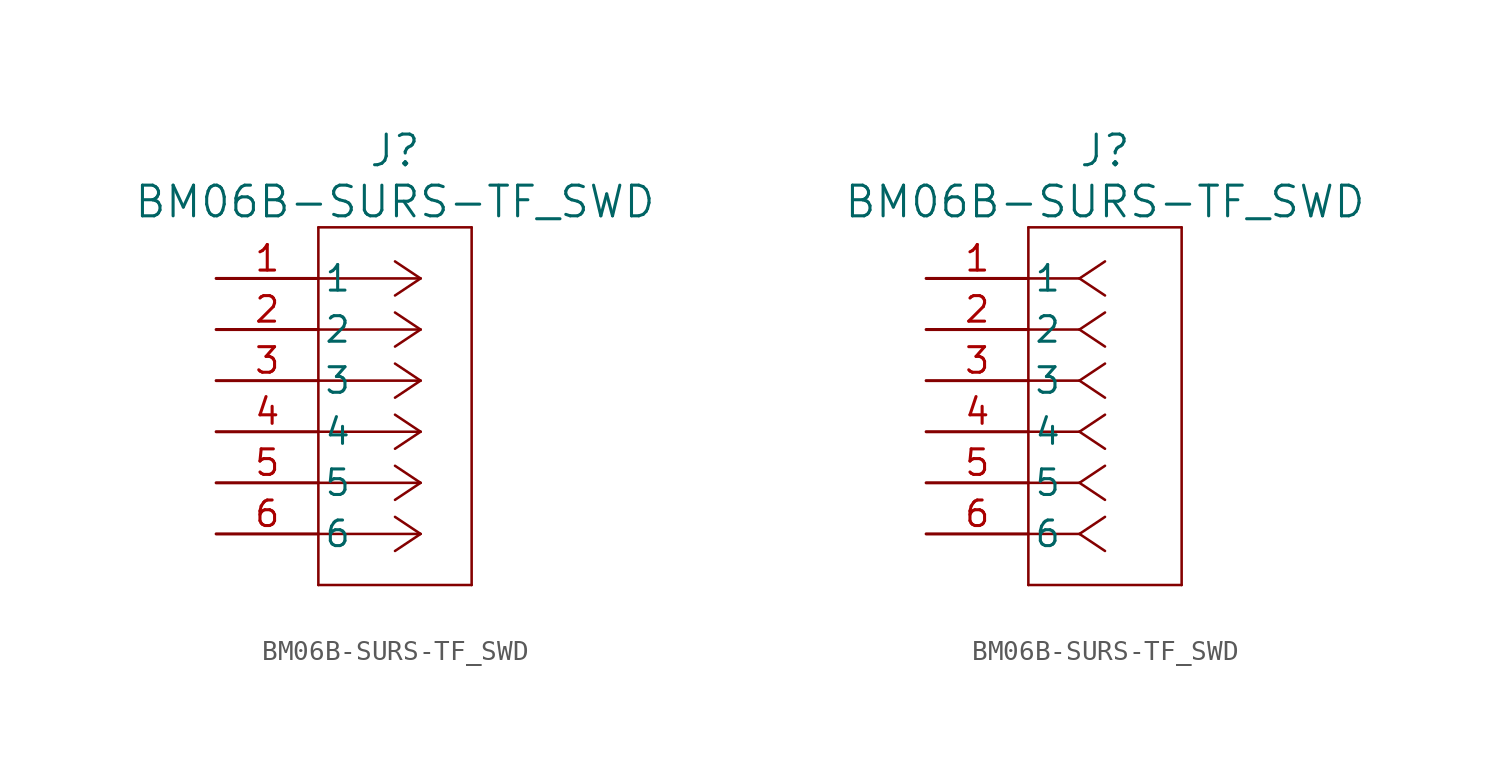
<source format=kicad_sym>
(kicad_symbol_lib
  (version 20211014)
  (generator kicad_symbol_editor)
  (symbol "BM06B-SURS-TF_SWD"
    (pin_names
      (offset 0.254))
    (property "Reference" "J"
      (at 8.89 6.35 0)
      (effects (font (size 1.524 1.524))))
    (property "Value" "BM06B-SURS-TF_SWD"
      (at 8.89 3.81 0)
      (effects (font (size 1.524 1.524))))
    (property "ki_locked" ""
      (at 0 0 0)
      (effects (font (size 1.27 1.27))))
    (symbol "BM06B-SURS-TF_SWD_1_1"
      (polyline (pts (xy 5.08 -15.24) (xy 12.7 -15.24)) (stroke (width 0.127) (type default) (color 0 0 0 0)) (fill (type none)))
      (polyline (pts (xy 5.08 2.54) (xy 5.08 -15.24)) (stroke (width 0.127) (type default) (color 0 0 0 0)) (fill (type none)))
      (polyline (pts (xy 10.16 -12.7) (xy 5.08 -12.7)) (stroke (width 0.127) (type default) (color 0 0 0 0)) (fill (type none)))
      (polyline (pts (xy 10.16 -12.7) (xy 8.89 -13.547)) (stroke (width 0.127) (type default) (color 0 0 0 0)) (fill (type none)))
      (polyline (pts (xy 10.16 -12.7) (xy 8.89 -11.853)) (stroke (width 0.127) (type default) (color 0 0 0 0)) (fill (type none)))
      (polyline (pts (xy 10.16 -10.16) (xy 5.08 -10.16)) (stroke (width 0.127) (type default) (color 0 0 0 0)) (fill (type none)))
      (polyline (pts (xy 10.16 -10.16) (xy 8.89 -11.007)) (stroke (width 0.127) (type default) (color 0 0 0 0)) (fill (type none)))
      (polyline (pts (xy 10.16 -10.16) (xy 8.89 -9.313)) (stroke (width 0.127) (type default) (color 0 0 0 0)) (fill (type none)))
      (polyline (pts (xy 10.16 -7.62) (xy 5.08 -7.62)) (stroke (width 0.127) (type default) (color 0 0 0 0)) (fill (type none)))
      (polyline (pts (xy 10.16 -7.62) (xy 8.89 -8.467)) (stroke (width 0.127) (type default) (color 0 0 0 0)) (fill (type none)))
      (polyline (pts (xy 10.16 -7.62) (xy 8.89 -6.773)) (stroke (width 0.127) (type default) (color 0 0 0 0)) (fill (type none)))
      (polyline (pts (xy 10.16 -5.08) (xy 5.08 -5.08)) (stroke (width 0.127) (type default) (color 0 0 0 0)) (fill (type none)))
      (polyline (pts (xy 10.16 -5.08) (xy 8.89 -5.927)) (stroke (width 0.127) (type default) (color 0 0 0 0)) (fill (type none)))
      (polyline (pts (xy 10.16 -5.08) (xy 8.89 -4.233)) (stroke (width 0.127) (type default) (color 0 0 0 0)) (fill (type none)))
      (polyline (pts (xy 10.16 -2.54) (xy 5.08 -2.54)) (stroke (width 0.127) (type default) (color 0 0 0 0)) (fill (type none)))
      (polyline (pts (xy 10.16 -2.54) (xy 8.89 -3.387)) (stroke (width 0.127) (type default) (color 0 0 0 0)) (fill (type none)))
      (polyline (pts (xy 10.16 -2.54) (xy 8.89 -1.693)) (stroke (width 0.127) (type default) (color 0 0 0 0)) (fill (type none)))
      (polyline (pts (xy 10.16 0) (xy 5.08 0)) (stroke (width 0.127) (type default) (color 0 0 0 0)) (fill (type none)))
      (polyline (pts (xy 10.16 0) (xy 8.89 -0.847)) (stroke (width 0.127) (type default) (color 0 0 0 0)) (fill (type none)))
      (polyline (pts (xy 10.16 0) (xy 8.89 0.847)) (stroke (width 0.127) (type default) (color 0 0 0 0)) (fill (type none)))
      (polyline (pts (xy 12.7 -15.24) (xy 12.7 2.54)) (stroke (width 0.127) (type default) (color 0 0 0 0)) (fill (type none)))
      (polyline (pts (xy 12.7 2.54) (xy 5.08 2.54)) (stroke (width 0.127) (type default) (color 0 0 0 0)) (fill (type none)))
      (pin power_in line (at 0 0 0) (length 5.08) (name "1" (effects (font (size 1.27 1.27)))) (number "1" (effects (font (size 1.27 1.27)))))
      (pin output line (at 0 -2.54 0) (length 5.08) (name "2" (effects (font (size 1.27 1.27)))) (number "2" (effects (font (size 1.27 1.27)))))
      (pin power_in line (at 0 -5.08 0) (length 5.08) (name "3" (effects (font (size 1.27 1.27)))) (number "3" (effects (font (size 1.27 1.27)))))
      (pin output line (at 0 -7.62 0) (length 5.08) (name "4" (effects (font (size 1.27 1.27)))) (number "4" (effects (font (size 1.27 1.27)))))
      (pin input line (at 0 -10.16 0) (length 5.08) (name "5" (effects (font (size 1.27 1.27)))) (number "5" (effects (font (size 1.27 1.27)))))
      (pin output line (at 0 -12.7 0) (length 5.08) (name "6" (effects (font (size 1.27 1.27)))) (number "6" (effects (font (size 1.27 1.27))))))
    (symbol "BM06B-SURS-TF_SWD_1_2"
      (polyline (pts (xy 5.08 -15.24) (xy 12.7 -15.24)) (stroke (width 0.127) (type default) (color 0 0 0 0)) (fill (type none)))
      (polyline (pts (xy 5.08 2.54) (xy 5.08 -15.24)) (stroke (width 0.127) (type default) (color 0 0 0 0)) (fill (type none)))
      (polyline (pts (xy 7.62 -12.7) (xy 5.08 -12.7)) (stroke (width 0.127) (type default) (color 0 0 0 0)) (fill (type none)))
      (polyline (pts (xy 7.62 -12.7) (xy 8.89 -13.547)) (stroke (width 0.127) (type default) (color 0 0 0 0)) (fill (type none)))
      (polyline (pts (xy 7.62 -12.7) (xy 8.89 -11.853)) (stroke (width 0.127) (type default) (color 0 0 0 0)) (fill (type none)))
      (polyline (pts (xy 7.62 -10.16) (xy 5.08 -10.16)) (stroke (width 0.127) (type default) (color 0 0 0 0)) (fill (type none)))
      (polyline (pts (xy 7.62 -10.16) (xy 8.89 -11.007)) (stroke (width 0.127) (type default) (color 0 0 0 0)) (fill (type none)))
      (polyline (pts (xy 7.62 -10.16) (xy 8.89 -9.313)) (stroke (width 0.127) (type default) (color 0 0 0 0)) (fill (type none)))
      (polyline (pts (xy 7.62 -7.62) (xy 5.08 -7.62)) (stroke (width 0.127) (type default) (color 0 0 0 0)) (fill (type none)))
      (polyline (pts (xy 7.62 -7.62) (xy 8.89 -8.467)) (stroke (width 0.127) (type default) (color 0 0 0 0)) (fill (type none)))
      (polyline (pts (xy 7.62 -7.62) (xy 8.89 -6.773)) (stroke (width 0.127) (type default) (color 0 0 0 0)) (fill (type none)))
      (polyline (pts (xy 7.62 -5.08) (xy 5.08 -5.08)) (stroke (width 0.127) (type default) (color 0 0 0 0)) (fill (type none)))
      (polyline (pts (xy 7.62 -5.08) (xy 8.89 -5.927)) (stroke (width 0.127) (type default) (color 0 0 0 0)) (fill (type none)))
      (polyline (pts (xy 7.62 -5.08) (xy 8.89 -4.233)) (stroke (width 0.127) (type default) (color 0 0 0 0)) (fill (type none)))
      (polyline (pts (xy 7.62 -2.54) (xy 5.08 -2.54)) (stroke (width 0.127) (type default) (color 0 0 0 0)) (fill (type none)))
      (polyline (pts (xy 7.62 -2.54) (xy 8.89 -3.387)) (stroke (width 0.127) (type default) (color 0 0 0 0)) (fill (type none)))
      (polyline (pts (xy 7.62 -2.54) (xy 8.89 -1.693)) (stroke (width 0.127) (type default) (color 0 0 0 0)) (fill (type none)))
      (polyline (pts (xy 7.62 0) (xy 5.08 0)) (stroke (width 0.127) (type default) (color 0 0 0 0)) (fill (type none)))
      (polyline (pts (xy 7.62 0) (xy 8.89 -0.847)) (stroke (width 0.127) (type default) (color 0 0 0 0)) (fill (type none)))
      (polyline (pts (xy 7.62 0) (xy 8.89 0.847)) (stroke (width 0.127) (type default) (color 0 0 0 0)) (fill (type none)))
      (polyline (pts (xy 12.7 -15.24) (xy 12.7 2.54)) (stroke (width 0.127) (type default) (color 0 0 0 0)) (fill (type none)))
      (polyline (pts (xy 12.7 2.54) (xy 5.08 2.54)) (stroke (width 0.127) (type default) (color 0 0 0 0)) (fill (type none)))
      (pin unspecified line (at 0 0 0) (length 5.08) (name "1" (effects (font (size 1.27 1.27)))) (number "1" (effects (font (size 1.27 1.27)))))
      (pin unspecified line (at 0 -2.54 0) (length 5.08) (name "2" (effects (font (size 1.27 1.27)))) (number "2" (effects (font (size 1.27 1.27)))))
      (pin unspecified line (at 0 -5.08 0) (length 5.08) (name "3" (effects (font (size 1.27 1.27)))) (number "3" (effects (font (size 1.27 1.27)))))
      (pin unspecified line (at 0 -7.62 0) (length 5.08) (name "4" (effects (font (size 1.27 1.27)))) (number "4" (effects (font (size 1.27 1.27)))))
      (pin unspecified line (at 0 -10.16 0) (length 5.08) (name "5" (effects (font (size 1.27 1.27)))) (number "5" (effects (font (size 1.27 1.27)))))
      (pin unspecified line (at 0 -12.7 0) (length 5.08) (name "6" (effects (font (size 1.27 1.27)))) (number "6" (effects (font (size 1.27 1.27))))))))
</source>
